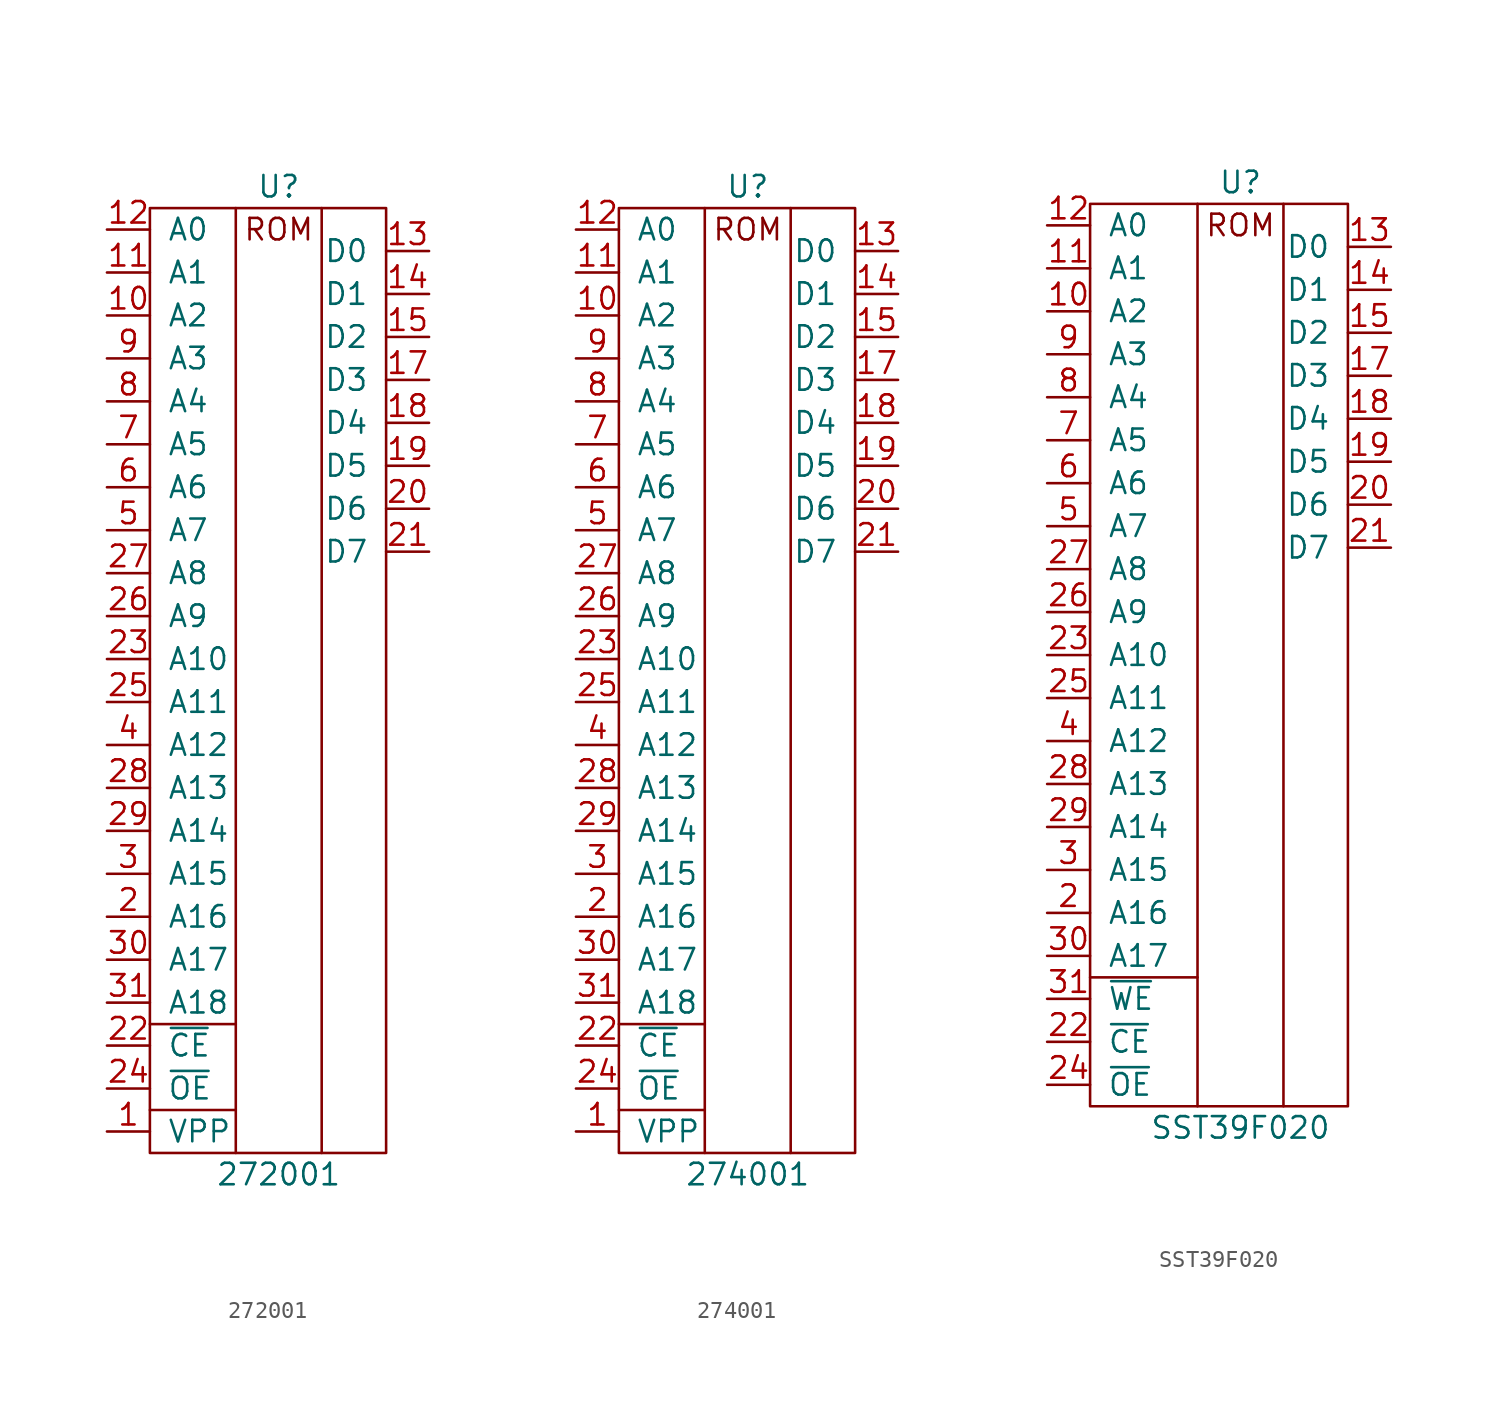
<source format=kicad_sym>
(kicad_symbol_lib
  (version 20211014)
  (generator kicad_symbol_editor)
  (symbol "272001"
    (pin_names
      (offset 1.016))
    (property "Reference" "U"
      (at 0 27.94 0)
      (effects (font (size 1.27 1.27))))
    (property "Value" "272001"
      (at 0 -30.48 0)
      (effects (font (size 1.27 1.27))))
    (symbol "272001_0_1"
      (polyline (pts (xy -7.62 -26.67) (xy -2.54 -26.67)) (stroke (width 0) (type default) (color 0 0 0 0)) (fill (type none))))
    (symbol "272001_1_1"
      (rectangle (start -7.62 26.67) (end 6.35 -29.21) (stroke (width 0) (type default) (color 0 0 0 0)) (fill (type none)))
      (polyline (pts (xy -7.62 -21.59) (xy -2.54 -21.59)) (stroke (width 0) (type default) (color 0 0 0 0)) (fill (type none)))
      (polyline (pts (xy -2.54 -29.21) (xy -2.54 26.67)) (stroke (width 0) (type default) (color 0 0 0 0)) (fill (type none)))
      (polyline (pts (xy 2.54 26.67) (xy 2.54 -29.21)) (stroke (width 0) (type default) (color 0 0 0 0)) (fill (type none)))
      (text "ROM" (at 0 25.4 0) (effects (font (size 1.27 1.27))))
      (pin power_in line (at -10.16 -27.94 0) (length 2.54) (name "VPP" (effects (font (size 1.27 1.27)))) (number "1" (effects (font (size 1.27 1.27)))))
      (pin input line (at -10.16 20.32 0) (length 2.54) (name "A2" (effects (font (size 1.27 1.27)))) (number "10" (effects (font (size 1.27 1.27)))))
      (pin input line (at -10.16 22.86 0) (length 2.54) (name "A1" (effects (font (size 1.27 1.27)))) (number "11" (effects (font (size 1.27 1.27)))))
      (pin input line (at -10.16 25.4 0) (length 2.54) (name "A0" (effects (font (size 1.27 1.27)))) (number "12" (effects (font (size 1.27 1.27)))))
      (pin output line (at 8.89 24.13 180) (length 2.54) (name "D0" (effects (font (size 1.27 1.27)))) (number "13" (effects (font (size 1.27 1.27)))))
      (pin output line (at 8.89 21.59 180) (length 2.54) (name "D1" (effects (font (size 1.27 1.27)))) (number "14" (effects (font (size 1.27 1.27)))))
      (pin output line (at 8.89 19.05 180) (length 2.54) (name "D2" (effects (font (size 1.27 1.27)))) (number "15" (effects (font (size 1.27 1.27)))))
      (pin power_in line (at 6.35 -29.21 180) (length 0) hide (name "GND" (effects (font (size 1.27 1.27)))) (number "16" (effects (font (size 1.27 1.27)))))
      (pin output line (at 8.89 16.51 180) (length 2.54) (name "D3" (effects (font (size 1.27 1.27)))) (number "17" (effects (font (size 1.27 1.27)))))
      (pin output line (at 8.89 13.97 180) (length 2.54) (name "D4" (effects (font (size 1.27 1.27)))) (number "18" (effects (font (size 1.27 1.27)))))
      (pin output line (at 8.89 11.43 180) (length 2.54) (name "D5" (effects (font (size 1.27 1.27)))) (number "19" (effects (font (size 1.27 1.27)))))
      (pin input line (at -10.16 -15.24 0) (length 2.54) (name "A16" (effects (font (size 1.27 1.27)))) (number "2" (effects (font (size 1.27 1.27)))))
      (pin output line (at 8.89 8.89 180) (length 2.54) (name "D6" (effects (font (size 1.27 1.27)))) (number "20" (effects (font (size 1.27 1.27)))))
      (pin output line (at 8.89 6.35 180) (length 2.54) (name "D7" (effects (font (size 1.27 1.27)))) (number "21" (effects (font (size 1.27 1.27)))))
      (pin input line (at -10.16 -22.86 0) (length 2.54) (name "~{CE}" (effects (font (size 1.27 1.27)))) (number "22" (effects (font (size 1.27 1.27)))))
      (pin input line (at -10.16 0 0) (length 2.54) (name "A10" (effects (font (size 1.27 1.27)))) (number "23" (effects (font (size 1.27 1.27)))))
      (pin input line (at -10.16 -25.4 0) (length 2.54) (name "~{OE}" (effects (font (size 1.27 1.27)))) (number "24" (effects (font (size 1.27 1.27)))))
      (pin input line (at -10.16 -2.54 0) (length 2.54) (name "A11" (effects (font (size 1.27 1.27)))) (number "25" (effects (font (size 1.27 1.27)))))
      (pin input line (at -10.16 2.54 0) (length 2.54) (name "A9" (effects (font (size 1.27 1.27)))) (number "26" (effects (font (size 1.27 1.27)))))
      (pin input line (at -10.16 5.08 0) (length 2.54) (name "A8" (effects (font (size 1.27 1.27)))) (number "27" (effects (font (size 1.27 1.27)))))
      (pin input line (at -10.16 -7.62 0) (length 2.54) (name "A13" (effects (font (size 1.27 1.27)))) (number "28" (effects (font (size 1.27 1.27)))))
      (pin input line (at -10.16 -10.16 0) (length 2.54) (name "A14" (effects (font (size 1.27 1.27)))) (number "29" (effects (font (size 1.27 1.27)))))
      (pin input line (at -10.16 -12.7 0) (length 2.54) (name "A15" (effects (font (size 1.27 1.27)))) (number "3" (effects (font (size 1.27 1.27)))))
      (pin input line (at -10.16 -17.78 0) (length 2.54) (name "A17" (effects (font (size 1.27 1.27)))) (number "30" (effects (font (size 1.27 1.27)))))
      (pin input line (at -10.16 -20.32 0) (length 2.54) (name "A18" (effects (font (size 1.27 1.27)))) (number "31" (effects (font (size 1.27 1.27)))))
      (pin power_in line (at 6.35 26.67 180) (length 0) hide (name "VCC" (effects (font (size 1.27 1.27)))) (number "32" (effects (font (size 1.27 1.27)))))
      (pin input line (at -10.16 -5.08 0) (length 2.54) (name "A12" (effects (font (size 1.27 1.27)))) (number "4" (effects (font (size 1.27 1.27)))))
      (pin input line (at -10.16 7.62 0) (length 2.54) (name "A7" (effects (font (size 1.27 1.27)))) (number "5" (effects (font (size 1.27 1.27)))))
      (pin input line (at -10.16 10.16 0) (length 2.54) (name "A6" (effects (font (size 1.27 1.27)))) (number "6" (effects (font (size 1.27 1.27)))))
      (pin input line (at -10.16 12.7 0) (length 2.54) (name "A5" (effects (font (size 1.27 1.27)))) (number "7" (effects (font (size 1.27 1.27)))))
      (pin input line (at -10.16 15.24 0) (length 2.54) (name "A4" (effects (font (size 1.27 1.27)))) (number "8" (effects (font (size 1.27 1.27)))))
      (pin input line (at -10.16 17.78 0) (length 2.54) (name "A3" (effects (font (size 1.27 1.27)))) (number "9" (effects (font (size 1.27 1.27)))))))
  (symbol "274001"
    (pin_names
      (offset 1.016))
    (property "Reference" "U"
      (at 0 27.94 0)
      (effects (font (size 1.27 1.27))))
    (property "Value" "274001"
      (at 0 -30.48 0)
      (effects (font (size 1.27 1.27))))
    (symbol "274001_0_1"
      (polyline (pts (xy -7.62 -26.67) (xy -2.54 -26.67)) (stroke (width 0) (type default) (color 0 0 0 0)) (fill (type none))))
    (symbol "274001_1_1"
      (rectangle (start -7.62 26.67) (end 6.35 -29.21) (stroke (width 0) (type default) (color 0 0 0 0)) (fill (type none)))
      (polyline (pts (xy -7.62 -21.59) (xy -2.54 -21.59)) (stroke (width 0) (type default) (color 0 0 0 0)) (fill (type none)))
      (polyline (pts (xy -2.54 -29.21) (xy -2.54 26.67)) (stroke (width 0) (type default) (color 0 0 0 0)) (fill (type none)))
      (polyline (pts (xy 2.54 26.67) (xy 2.54 -29.21)) (stroke (width 0) (type default) (color 0 0 0 0)) (fill (type none)))
      (text "ROM" (at 0 25.4 0) (effects (font (size 1.27 1.27))))
      (pin input line (at -10.16 -27.94 0) (length 2.54) (name "VPP" (effects (font (size 1.27 1.27)))) (number "1" (effects (font (size 1.27 1.27)))))
      (pin input line (at -10.16 20.32 0) (length 2.54) (name "A2" (effects (font (size 1.27 1.27)))) (number "10" (effects (font (size 1.27 1.27)))))
      (pin input line (at -10.16 22.86 0) (length 2.54) (name "A1" (effects (font (size 1.27 1.27)))) (number "11" (effects (font (size 1.27 1.27)))))
      (pin input line (at -10.16 25.4 0) (length 2.54) (name "A0" (effects (font (size 1.27 1.27)))) (number "12" (effects (font (size 1.27 1.27)))))
      (pin output line (at 8.89 24.13 180) (length 2.54) (name "D0" (effects (font (size 1.27 1.27)))) (number "13" (effects (font (size 1.27 1.27)))))
      (pin output line (at 8.89 21.59 180) (length 2.54) (name "D1" (effects (font (size 1.27 1.27)))) (number "14" (effects (font (size 1.27 1.27)))))
      (pin output line (at 8.89 19.05 180) (length 2.54) (name "D2" (effects (font (size 1.27 1.27)))) (number "15" (effects (font (size 1.27 1.27)))))
      (pin power_in line (at 6.35 -29.21 180) (length 0) hide (name "GND" (effects (font (size 1.27 1.27)))) (number "16" (effects (font (size 1.27 1.27)))))
      (pin output line (at 8.89 16.51 180) (length 2.54) (name "D3" (effects (font (size 1.27 1.27)))) (number "17" (effects (font (size 1.27 1.27)))))
      (pin output line (at 8.89 13.97 180) (length 2.54) (name "D4" (effects (font (size 1.27 1.27)))) (number "18" (effects (font (size 1.27 1.27)))))
      (pin output line (at 8.89 11.43 180) (length 2.54) (name "D5" (effects (font (size 1.27 1.27)))) (number "19" (effects (font (size 1.27 1.27)))))
      (pin input line (at -10.16 -15.24 0) (length 2.54) (name "A16" (effects (font (size 1.27 1.27)))) (number "2" (effects (font (size 1.27 1.27)))))
      (pin output line (at 8.89 8.89 180) (length 2.54) (name "D6" (effects (font (size 1.27 1.27)))) (number "20" (effects (font (size 1.27 1.27)))))
      (pin output line (at 8.89 6.35 180) (length 2.54) (name "D7" (effects (font (size 1.27 1.27)))) (number "21" (effects (font (size 1.27 1.27)))))
      (pin input line (at -10.16 -22.86 0) (length 2.54) (name "~{CE}" (effects (font (size 1.27 1.27)))) (number "22" (effects (font (size 1.27 1.27)))))
      (pin input line (at -10.16 0 0) (length 2.54) (name "A10" (effects (font (size 1.27 1.27)))) (number "23" (effects (font (size 1.27 1.27)))))
      (pin input line (at -10.16 -25.4 0) (length 2.54) (name "~{OE}" (effects (font (size 1.27 1.27)))) (number "24" (effects (font (size 1.27 1.27)))))
      (pin input line (at -10.16 -2.54 0) (length 2.54) (name "A11" (effects (font (size 1.27 1.27)))) (number "25" (effects (font (size 1.27 1.27)))))
      (pin input line (at -10.16 2.54 0) (length 2.54) (name "A9" (effects (font (size 1.27 1.27)))) (number "26" (effects (font (size 1.27 1.27)))))
      (pin input line (at -10.16 5.08 0) (length 2.54) (name "A8" (effects (font (size 1.27 1.27)))) (number "27" (effects (font (size 1.27 1.27)))))
      (pin input line (at -10.16 -7.62 0) (length 2.54) (name "A13" (effects (font (size 1.27 1.27)))) (number "28" (effects (font (size 1.27 1.27)))))
      (pin input line (at -10.16 -10.16 0) (length 2.54) (name "A14" (effects (font (size 1.27 1.27)))) (number "29" (effects (font (size 1.27 1.27)))))
      (pin input line (at -10.16 -12.7 0) (length 2.54) (name "A15" (effects (font (size 1.27 1.27)))) (number "3" (effects (font (size 1.27 1.27)))))
      (pin input line (at -10.16 -17.78 0) (length 2.54) (name "A17" (effects (font (size 1.27 1.27)))) (number "30" (effects (font (size 1.27 1.27)))))
      (pin input line (at -10.16 -20.32 0) (length 2.54) (name "A18" (effects (font (size 1.27 1.27)))) (number "31" (effects (font (size 1.27 1.27)))))
      (pin power_in line (at 6.35 26.67 180) (length 0) hide (name "VCC" (effects (font (size 1.27 1.27)))) (number "32" (effects (font (size 1.27 1.27)))))
      (pin input line (at -10.16 -5.08 0) (length 2.54) (name "A12" (effects (font (size 1.27 1.27)))) (number "4" (effects (font (size 1.27 1.27)))))
      (pin input line (at -10.16 7.62 0) (length 2.54) (name "A7" (effects (font (size 1.27 1.27)))) (number "5" (effects (font (size 1.27 1.27)))))
      (pin input line (at -10.16 10.16 0) (length 2.54) (name "A6" (effects (font (size 1.27 1.27)))) (number "6" (effects (font (size 1.27 1.27)))))
      (pin input line (at -10.16 12.7 0) (length 2.54) (name "A5" (effects (font (size 1.27 1.27)))) (number "7" (effects (font (size 1.27 1.27)))))
      (pin input line (at -10.16 15.24 0) (length 2.54) (name "A4" (effects (font (size 1.27 1.27)))) (number "8" (effects (font (size 1.27 1.27)))))
      (pin input line (at -10.16 17.78 0) (length 2.54) (name "A3" (effects (font (size 1.27 1.27)))) (number "9" (effects (font (size 1.27 1.27)))))))
  (symbol "SST39F020"
    (pin_names
      (offset 1.016))
    (property "Reference" "U"
      (at 0 27.94 0)
      (effects (font (size 1.27 1.27))))
    (property "Value" "SST39F020"
      (at 0 -27.94 0)
      (effects (font (size 1.27 1.27))))
    (symbol "SST39F020_1_1"
      (rectangle (start -8.89 26.67) (end 6.35 -26.67) (stroke (width 0) (type default) (color 0 0 0 0)) (fill (type none)))
      (polyline (pts (xy -8.89 -19.05) (xy -2.54 -19.05)) (stroke (width 0) (type default) (color 0 0 0 0)) (fill (type none)))
      (polyline (pts (xy -2.54 -26.67) (xy -2.54 26.67)) (stroke (width 0) (type default) (color 0 0 0 0)) (fill (type none)))
      (polyline (pts (xy 2.54 26.67) (xy 2.54 -26.67)) (stroke (width 0) (type default) (color 0 0 0 0)) (fill (type none)))
      (text "ROM" (at 0 25.4 0) (effects (font (size 1.27 1.27))))
      (pin no_connect line (at 6.35 -22.86 180) (length 0) hide (name "NC" (effects (font (size 1.27 1.27)))) (number "1" (effects (font (size 1.27 1.27)))))
      (pin input line (at -11.43 20.32 0) (length 2.54) (name "A2" (effects (font (size 1.27 1.27)))) (number "10" (effects (font (size 1.27 1.27)))))
      (pin input line (at -11.43 22.86 0) (length 2.54) (name "A1" (effects (font (size 1.27 1.27)))) (number "11" (effects (font (size 1.27 1.27)))))
      (pin input line (at -11.43 25.4 0) (length 2.54) (name "A0" (effects (font (size 1.27 1.27)))) (number "12" (effects (font (size 1.27 1.27)))))
      (pin bidirectional line (at 8.89 24.13 180) (length 2.54) (name "D0" (effects (font (size 1.27 1.27)))) (number "13" (effects (font (size 1.27 1.27)))))
      (pin bidirectional line (at 8.89 21.59 180) (length 2.54) (name "D1" (effects (font (size 1.27 1.27)))) (number "14" (effects (font (size 1.27 1.27)))))
      (pin bidirectional line (at 8.89 19.05 180) (length 2.54) (name "D2" (effects (font (size 1.27 1.27)))) (number "15" (effects (font (size 1.27 1.27)))))
      (pin power_in line (at 6.35 -25.4 180) (length 0) hide (name "GND" (effects (font (size 1.27 1.27)))) (number "16" (effects (font (size 1.27 1.27)))))
      (pin bidirectional line (at 8.89 16.51 180) (length 2.54) (name "D3" (effects (font (size 1.27 1.27)))) (number "17" (effects (font (size 1.27 1.27)))))
      (pin bidirectional line (at 8.89 13.97 180) (length 2.54) (name "D4" (effects (font (size 1.27 1.27)))) (number "18" (effects (font (size 1.27 1.27)))))
      (pin bidirectional line (at 8.89 11.43 180) (length 2.54) (name "D5" (effects (font (size 1.27 1.27)))) (number "19" (effects (font (size 1.27 1.27)))))
      (pin input line (at -11.43 -15.24 0) (length 2.54) (name "A16" (effects (font (size 1.27 1.27)))) (number "2" (effects (font (size 1.27 1.27)))))
      (pin bidirectional line (at 8.89 8.89 180) (length 2.54) (name "D6" (effects (font (size 1.27 1.27)))) (number "20" (effects (font (size 1.27 1.27)))))
      (pin bidirectional line (at 8.89 6.35 180) (length 2.54) (name "D7" (effects (font (size 1.27 1.27)))) (number "21" (effects (font (size 1.27 1.27)))))
      (pin input line (at -11.43 -22.86 0) (length 2.54) (name "~{CE}" (effects (font (size 1.27 1.27)))) (number "22" (effects (font (size 1.27 1.27)))))
      (pin input line (at -11.43 0 0) (length 2.54) (name "A10" (effects (font (size 1.27 1.27)))) (number "23" (effects (font (size 1.27 1.27)))))
      (pin input line (at -11.43 -25.4 0) (length 2.54) (name "~{OE}" (effects (font (size 1.27 1.27)))) (number "24" (effects (font (size 1.27 1.27)))))
      (pin input line (at -11.43 -2.54 0) (length 2.54) (name "A11" (effects (font (size 1.27 1.27)))) (number "25" (effects (font (size 1.27 1.27)))))
      (pin input line (at -11.43 2.54 0) (length 2.54) (name "A9" (effects (font (size 1.27 1.27)))) (number "26" (effects (font (size 1.27 1.27)))))
      (pin input line (at -11.43 5.08 0) (length 2.54) (name "A8" (effects (font (size 1.27 1.27)))) (number "27" (effects (font (size 1.27 1.27)))))
      (pin input line (at -11.43 -7.62 0) (length 2.54) (name "A13" (effects (font (size 1.27 1.27)))) (number "28" (effects (font (size 1.27 1.27)))))
      (pin input line (at -11.43 -10.16 0) (length 2.54) (name "A14" (effects (font (size 1.27 1.27)))) (number "29" (effects (font (size 1.27 1.27)))))
      (pin input line (at -11.43 -12.7 0) (length 2.54) (name "A15" (effects (font (size 1.27 1.27)))) (number "3" (effects (font (size 1.27 1.27)))))
      (pin input line (at -11.43 -17.78 0) (length 2.54) (name "A17" (effects (font (size 1.27 1.27)))) (number "30" (effects (font (size 1.27 1.27)))))
      (pin input line (at -11.43 -20.32 0) (length 2.54) (name "~{WE}" (effects (font (size 1.27 1.27)))) (number "31" (effects (font (size 1.27 1.27)))))
      (pin power_in line (at 6.35 26.67 180) (length 0) hide (name "VCC" (effects (font (size 1.27 1.27)))) (number "32" (effects (font (size 1.27 1.27)))))
      (pin input line (at -11.43 -5.08 0) (length 2.54) (name "A12" (effects (font (size 1.27 1.27)))) (number "4" (effects (font (size 1.27 1.27)))))
      (pin input line (at -11.43 7.62 0) (length 2.54) (name "A7" (effects (font (size 1.27 1.27)))) (number "5" (effects (font (size 1.27 1.27)))))
      (pin input line (at -11.43 10.16 0) (length 2.54) (name "A6" (effects (font (size 1.27 1.27)))) (number "6" (effects (font (size 1.27 1.27)))))
      (pin input line (at -11.43 12.7 0) (length 2.54) (name "A5" (effects (font (size 1.27 1.27)))) (number "7" (effects (font (size 1.27 1.27)))))
      (pin input line (at -11.43 15.24 0) (length 2.54) (name "A4" (effects (font (size 1.27 1.27)))) (number "8" (effects (font (size 1.27 1.27)))))
      (pin input line (at -11.43 17.78 0) (length 2.54) (name "A3" (effects (font (size 1.27 1.27)))) (number "9" (effects (font (size 1.27 1.27))))))))
</source>
